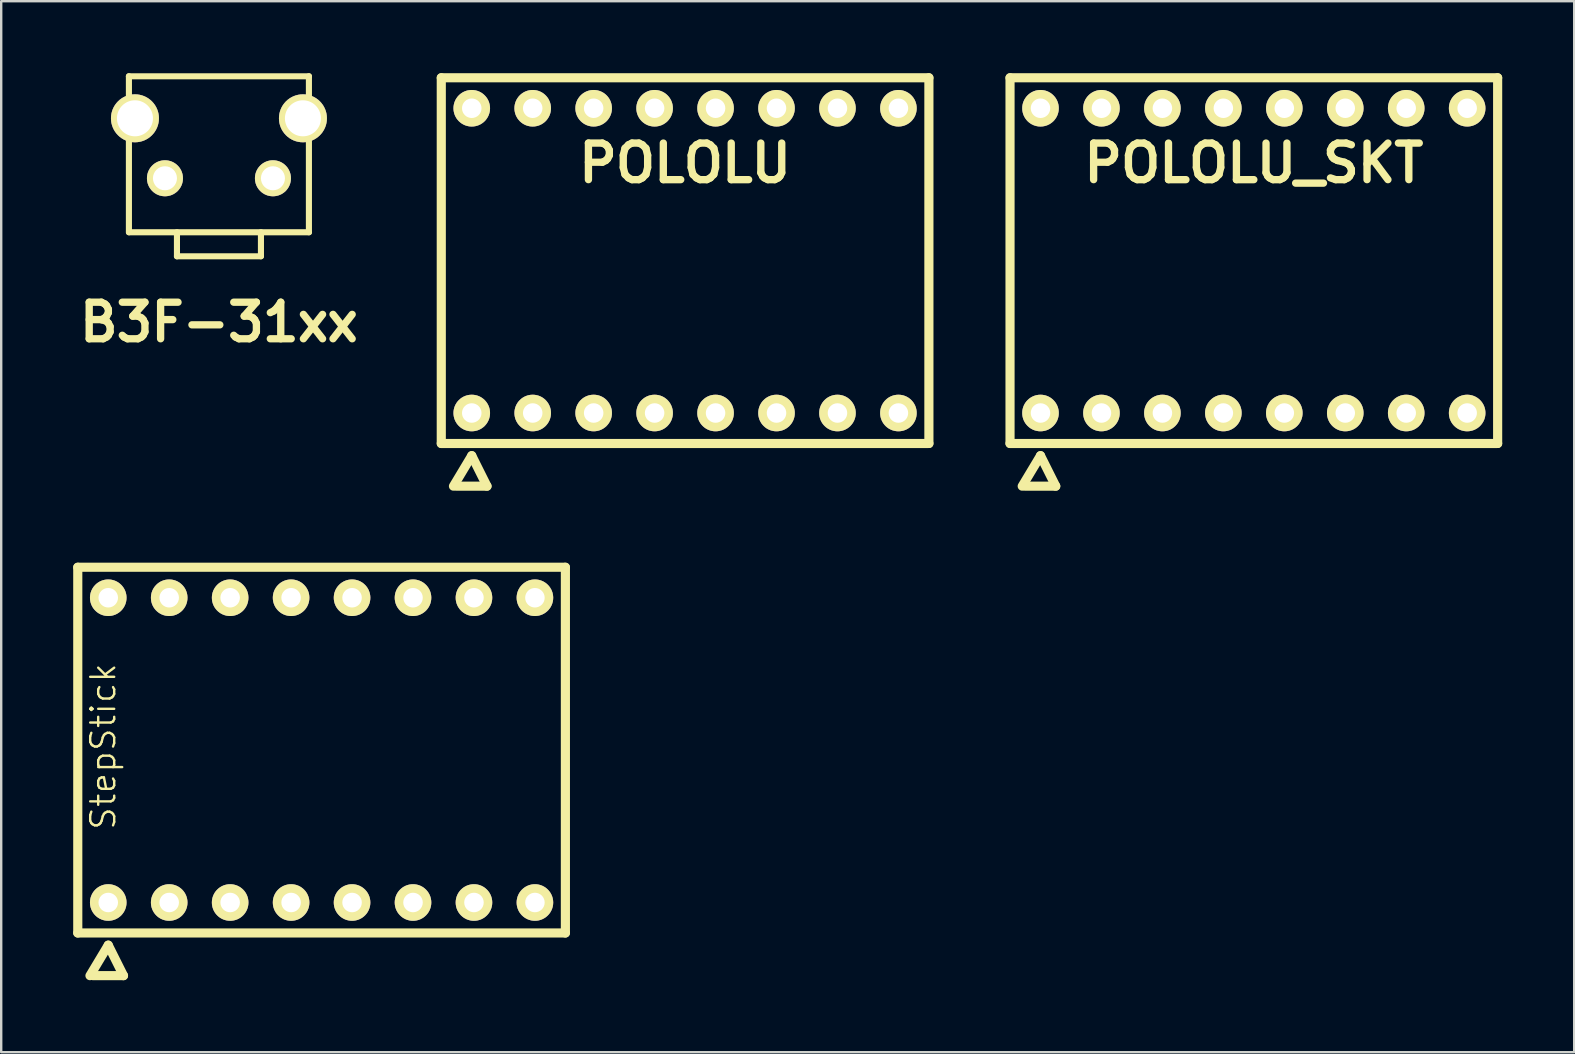
<source format=kicad_pcb>
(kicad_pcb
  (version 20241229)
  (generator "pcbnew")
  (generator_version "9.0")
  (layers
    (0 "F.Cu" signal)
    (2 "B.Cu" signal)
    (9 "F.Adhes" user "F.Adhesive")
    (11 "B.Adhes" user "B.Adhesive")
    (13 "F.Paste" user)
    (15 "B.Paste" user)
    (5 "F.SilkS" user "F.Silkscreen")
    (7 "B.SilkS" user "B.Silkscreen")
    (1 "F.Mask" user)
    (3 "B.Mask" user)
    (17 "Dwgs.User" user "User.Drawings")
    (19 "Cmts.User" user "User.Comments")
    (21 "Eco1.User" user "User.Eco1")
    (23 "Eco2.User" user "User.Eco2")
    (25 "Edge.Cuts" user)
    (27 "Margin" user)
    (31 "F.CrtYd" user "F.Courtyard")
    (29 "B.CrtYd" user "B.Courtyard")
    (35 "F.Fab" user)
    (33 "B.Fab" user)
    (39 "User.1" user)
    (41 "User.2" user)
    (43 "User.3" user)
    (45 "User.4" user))
  (footprint "POLOLU_SKT"
    (layer "F.Cu")
    (at 49.2 14.161)
    (property "Reference" "POLOLU_SKT" (at 0 -10.414 0) (layer "F.SilkS") (effects (font (size 1.524 1.524) (thickness 0.305))))
    (attr through_hole)
    (fp_line (start -10.16 -13.97) (end 10.16 -13.97) (stroke (width 0.381) (type solid)) (layer "F.SilkS"))
    (fp_line (start -10.16 1.27) (end -10.16 -13.97) (stroke (width 0.381) (type solid)) (layer "F.SilkS"))
    (fp_line (start -9.652 3.048) (end -8.89 1.778) (stroke (width 0.381) (type solid)) (layer "F.SilkS"))
    (fp_line (start -8.89 1.778) (end -8.255 3.048) (stroke (width 0.381) (type solid)) (layer "F.SilkS"))
    (fp_line (start -8.255 3.048) (end -9.525 3.048) (stroke (width 0.381) (type solid)) (layer "F.SilkS"))
    (fp_line (start 10.16 -13.97) (end 10.16 1.27) (stroke (width 0.381) (type solid)) (layer "F.SilkS"))
    (fp_line (start 10.16 1.27) (end -10.16 1.27) (stroke (width 0.381) (type solid)) (layer "F.SilkS"))
    (pad "1" thru_hole circle (at -8.89 0) (size 1.524 1.524) (drill 0.813) (layers "*.Cu" "*.Mask" "F.SilkS"))
    (pad "2" thru_hole circle (at -6.35 0) (size 1.524 1.524) (drill 0.813) (layers "*.Cu" "*.Mask" "F.SilkS"))
    (pad "3" thru_hole circle (at -3.81 0) (size 1.524 1.524) (drill 0.813) (layers "*.Cu" "*.Mask" "F.SilkS"))
    (pad "4" thru_hole circle (at -1.27 0) (size 1.524 1.524) (drill 0.813) (layers "*.Cu" "*.Mask" "F.SilkS"))
    (pad "5" thru_hole circle (at 1.27 0) (size 1.524 1.524) (drill 0.813) (layers "*.Cu" "*.Mask" "F.SilkS"))
    (pad "6" thru_hole circle (at 3.81 0) (size 1.524 1.524) (drill 0.813) (layers "*.Cu" "*.Mask" "F.SilkS"))
    (pad "7" thru_hole circle (at 6.35 0) (size 1.524 1.524) (drill 0.813) (layers "*.Cu" "*.Mask" "F.SilkS"))
    (pad "8" thru_hole circle (at 8.89 0) (size 1.524 1.524) (drill 0.813) (layers "*.Cu" "*.Mask" "F.SilkS"))
    (pad "9" thru_hole circle (at 8.89 -12.7) (size 1.524 1.524) (drill 0.813) (layers "*.Cu" "*.Mask" "F.SilkS"))
    (pad "10" thru_hole circle (at 6.35 -12.7) (size 1.524 1.524) (drill 0.813) (layers "*.Cu" "*.Mask" "F.SilkS"))
    (pad "11" thru_hole circle (at 3.81 -12.7) (size 1.524 1.524) (drill 0.813) (layers "*.Cu" "*.Mask" "F.SilkS"))
    (pad "12" thru_hole circle (at 1.27 -12.7) (size 1.524 1.524) (drill 0.813) (layers "*.Cu" "*.Mask" "F.SilkS"))
    (pad "13" thru_hole circle (at -1.27 -12.7) (size 1.524 1.524) (drill 0.813) (layers "*.Cu" "*.Mask" "F.SilkS"))
    (pad "14" thru_hole circle (at -3.81 -12.7) (size 1.524 1.524) (drill 0.813) (layers "*.Cu" "*.Mask" "F.SilkS"))
    (pad "15" thru_hole circle (at -6.35 -12.7) (size 1.524 1.524) (drill 0.813) (layers "*.Cu" "*.Mask" "F.SilkS"))
    (pad "16" thru_hole circle (at -8.89 -12.7) (size 1.524 1.524) (drill 0.813) (layers "*.Cu" "*.Mask" "F.SilkS")))
  (footprint "POLOLU"
    (layer "F.Cu")
    (at 25.499 14.161)
    (property "Reference" "POLOLU" (at 0 -10.414 0) (layer "F.SilkS") (effects (font (size 1.524 1.524) (thickness 0.305))))
    (attr through_hole)
    (fp_line (start -10.16 -13.97) (end 10.16 -13.97) (stroke (width 0.381) (type solid)) (layer "F.SilkS"))
    (fp_line (start -10.16 1.27) (end -10.16 -13.97) (stroke (width 0.381) (type solid)) (layer "F.SilkS"))
    (fp_line (start -9.652 3.048) (end -8.89 1.778) (stroke (width 0.381) (type solid)) (layer "F.SilkS"))
    (fp_line (start -8.89 1.778) (end -8.255 3.048) (stroke (width 0.381) (type solid)) (layer "F.SilkS"))
    (fp_line (start -8.255 3.048) (end -9.525 3.048) (stroke (width 0.381) (type solid)) (layer "F.SilkS"))
    (fp_line (start 10.16 -13.97) (end 10.16 1.27) (stroke (width 0.381) (type solid)) (layer "F.SilkS"))
    (fp_line (start 10.16 1.27) (end -10.16 1.27) (stroke (width 0.381) (type solid)) (layer "F.SilkS"))
    (pad "1" thru_hole circle (at -8.89 0) (size 1.524 1.524) (drill 0.813) (layers "*.Cu" "*.Mask" "F.SilkS"))
    (pad "2" thru_hole circle (at -6.35 0) (size 1.524 1.524) (drill 0.813) (layers "*.Cu" "*.Mask" "F.SilkS"))
    (pad "3" thru_hole circle (at -3.81 0) (size 1.524 1.524) (drill 0.813) (layers "*.Cu" "*.Mask" "F.SilkS"))
    (pad "4" thru_hole circle (at -1.27 0) (size 1.524 1.524) (drill 0.813) (layers "*.Cu" "*.Mask" "F.SilkS"))
    (pad "5" thru_hole circle (at 1.27 0) (size 1.524 1.524) (drill 0.813) (layers "*.Cu" "*.Mask" "F.SilkS"))
    (pad "6" thru_hole circle (at 3.81 0) (size 1.524 1.524) (drill 0.813) (layers "*.Cu" "*.Mask" "F.SilkS"))
    (pad "7" thru_hole circle (at 6.35 0) (size 1.524 1.524) (drill 0.813) (layers "*.Cu" "*.Mask" "F.SilkS"))
    (pad "8" thru_hole circle (at 8.89 0) (size 1.524 1.524) (drill 0.813) (layers "*.Cu" "*.Mask" "F.SilkS"))
    (pad "9" thru_hole circle (at 8.89 -12.7) (size 1.524 1.524) (drill 0.813) (layers "*.Cu" "*.Mask" "F.SilkS"))
    (pad "10" thru_hole circle (at 6.35 -12.7) (size 1.524 1.524) (drill 0.813) (layers "*.Cu" "*.Mask" "F.SilkS"))
    (pad "11" thru_hole circle (at 3.81 -12.7) (size 1.524 1.524) (drill 0.813) (layers "*.Cu" "*.Mask" "F.SilkS"))
    (pad "12" thru_hole circle (at 1.27 -12.7) (size 1.524 1.524) (drill 0.813) (layers "*.Cu" "*.Mask" "F.SilkS"))
    (pad "13" thru_hole circle (at -1.27 -12.7) (size 1.524 1.524) (drill 0.813) (layers "*.Cu" "*.Mask" "F.SilkS"))
    (pad "14" thru_hole circle (at -3.81 -12.7) (size 1.524 1.524) (drill 0.813) (layers "*.Cu" "*.Mask" "F.SilkS"))
    (pad "15" thru_hole circle (at -6.35 -12.7) (size 1.524 1.524) (drill 0.813) (layers "*.Cu" "*.Mask" "F.SilkS"))
    (pad "16" thru_hole circle (at -8.89 -12.7) (size 1.524 1.524) (drill 0.813) (layers "*.Cu" "*.Mask" "F.SilkS")))
  (footprint "B3F-31xx"
    (layer "F.Cu")
    (at 6.074 4.379)
    (property "Reference" "B3F-31xx" (at 0 5.999 0) (layer "F.SilkS") (effects (font (size 1.524 1.524) (thickness 0.305))))
    (attr through_hole)
    (fp_line (start -3.752 -4.249) (end 3.749 -4.249) (stroke (width 0.254) (type solid)) (layer "F.SilkS"))
    (fp_line (start -3.752 2.25) (end -3.752 -4.252) (stroke (width 0.254) (type solid)) (layer "F.SilkS"))
    (fp_line (start -1.75 3.251) (end -1.75 2.25) (stroke (width 0.254) (type solid)) (layer "F.SilkS"))
    (fp_line (start -1.75 3.251) (end 1.75 3.251) (stroke (width 0.254) (type solid)) (layer "F.SilkS"))
    (fp_line (start 1.75 3.249) (end 1.75 2.248) (stroke (width 0.254) (type solid)) (layer "F.SilkS"))
    (fp_line (start 3.749 -4.252) (end 3.749 2.25) (stroke (width 0.254) (type solid)) (layer "F.SilkS"))
    (fp_line (start 3.752 2.25) (end -3.749 2.25) (stroke (width 0.254) (type solid)) (layer "F.SilkS"))
    (pad "1" thru_hole circle (at -2.25 0 90) (size 1.501 1.501) (drill 1.001) (layers "*.Cu" "*.Mask" "F.SilkS"))
    (pad "2" thru_hole circle (at 2.25 0 90) (size 1.501 1.501) (drill 1.001) (layers "*.Cu" "*.Mask" "F.SilkS"))
    (pad "3" thru_hole circle (at -3.5 -2.499 90) (size 1.999 1.999) (drill 1.501) (layers "*.Cu" "*.Mask" "F.SilkS"))
    (pad "4" thru_hole circle (at 3.5 -2.499 90) (size 1.999 1.999) (drill 1.501) (layers "*.Cu" "*.Mask" "F.SilkS")))
  (footprint "StepStick"
    (layer "F.Cu")
    (at 10.351 34.559)
    (property "Reference" "StepStick" (at -9.1 -6.5 90) (layer "F.SilkS") (effects (font (size 1 1) (thickness 0.1))))
    (attr through_hole)
    (fp_line (start -10.16 -13.97) (end 10.16 -13.97) (stroke (width 0.381) (type solid)) (layer "F.SilkS"))
    (fp_line (start -10.16 1.27) (end -10.16 -13.97) (stroke (width 0.381) (type solid)) (layer "F.SilkS"))
    (fp_line (start -9.652 3.048) (end -8.89 1.778) (stroke (width 0.381) (type solid)) (layer "F.SilkS"))
    (fp_line (start -8.89 1.778) (end -8.255 3.048) (stroke (width 0.381) (type solid)) (layer "F.SilkS"))
    (fp_line (start -8.255 3.048) (end -9.525 3.048) (stroke (width 0.381) (type solid)) (layer "F.SilkS"))
    (fp_line (start 10.16 -13.97) (end 10.16 1.27) (stroke (width 0.381) (type solid)) (layer "F.SilkS"))
    (fp_line (start 10.16 1.27) (end -10.16 1.27) (stroke (width 0.381) (type solid)) (layer "F.SilkS"))
    (pad "1" thru_hole circle (at -8.89 0) (size 1.524 1.524) (drill 0.813) (layers "*.Cu" "*.Mask" "F.SilkS"))
    (pad "2" thru_hole circle (at -6.35 0) (size 1.524 1.524) (drill 0.813) (layers "*.Cu" "*.Mask" "F.SilkS"))
    (pad "3" thru_hole circle (at -3.81 0) (size 1.524 1.524) (drill 0.813) (layers "*.Cu" "*.Mask" "F.SilkS"))
    (pad "4" thru_hole circle (at -1.27 0) (size 1.524 1.524) (drill 0.813) (layers "*.Cu" "*.Mask" "F.SilkS"))
    (pad "5" thru_hole circle (at 1.27 0) (size 1.524 1.524) (drill 0.813) (layers "*.Cu" "*.Mask" "F.SilkS"))
    (pad "6" thru_hole circle (at 3.81 0) (size 1.524 1.524) (drill 0.813) (layers "*.Cu" "*.Mask" "F.SilkS"))
    (pad "7" thru_hole circle (at 6.35 0) (size 1.524 1.524) (drill 0.813) (layers "*.Cu" "*.Mask" "F.SilkS"))
    (pad "8" thru_hole circle (at 8.89 0) (size 1.524 1.524) (drill 0.813) (layers "*.Cu" "*.Mask" "F.SilkS"))
    (pad "9" thru_hole circle (at 8.89 -12.7) (size 1.524 1.524) (drill 0.813) (layers "*.Cu" "*.Mask" "F.SilkS"))
    (pad "10" thru_hole circle (at 6.35 -12.7) (size 1.524 1.524) (drill 0.813) (layers "*.Cu" "*.Mask" "F.SilkS"))
    (pad "11" thru_hole circle (at 3.81 -12.7) (size 1.524 1.524) (drill 0.813) (layers "*.Cu" "*.Mask" "F.SilkS"))
    (pad "12" thru_hole circle (at 1.27 -12.7) (size 1.524 1.524) (drill 0.813) (layers "*.Cu" "*.Mask" "F.SilkS"))
    (pad "13" thru_hole circle (at -1.27 -12.7) (size 1.524 1.524) (drill 0.813) (layers "*.Cu" "*.Mask" "F.SilkS"))
    (pad "14" thru_hole circle (at -3.81 -12.7) (size 1.524 1.524) (drill 0.813) (layers "*.Cu" "*.Mask" "F.SilkS"))
    (pad "15" thru_hole circle (at -6.35 -12.7) (size 1.524 1.524) (drill 0.813) (layers "*.Cu" "*.Mask" "F.SilkS"))
    (pad "16" thru_hole circle (at -8.89 -12.7) (size 1.524 1.524) (drill 0.813) (layers "*.Cu" "*.Mask" "F.SilkS")))
  (gr_rect
    (start -3 -3)
    (end 62.55 40.798)
    (stroke (width 0.1) (type default))
    (fill no)
    (layer "Edge.Cuts")))
</source>
